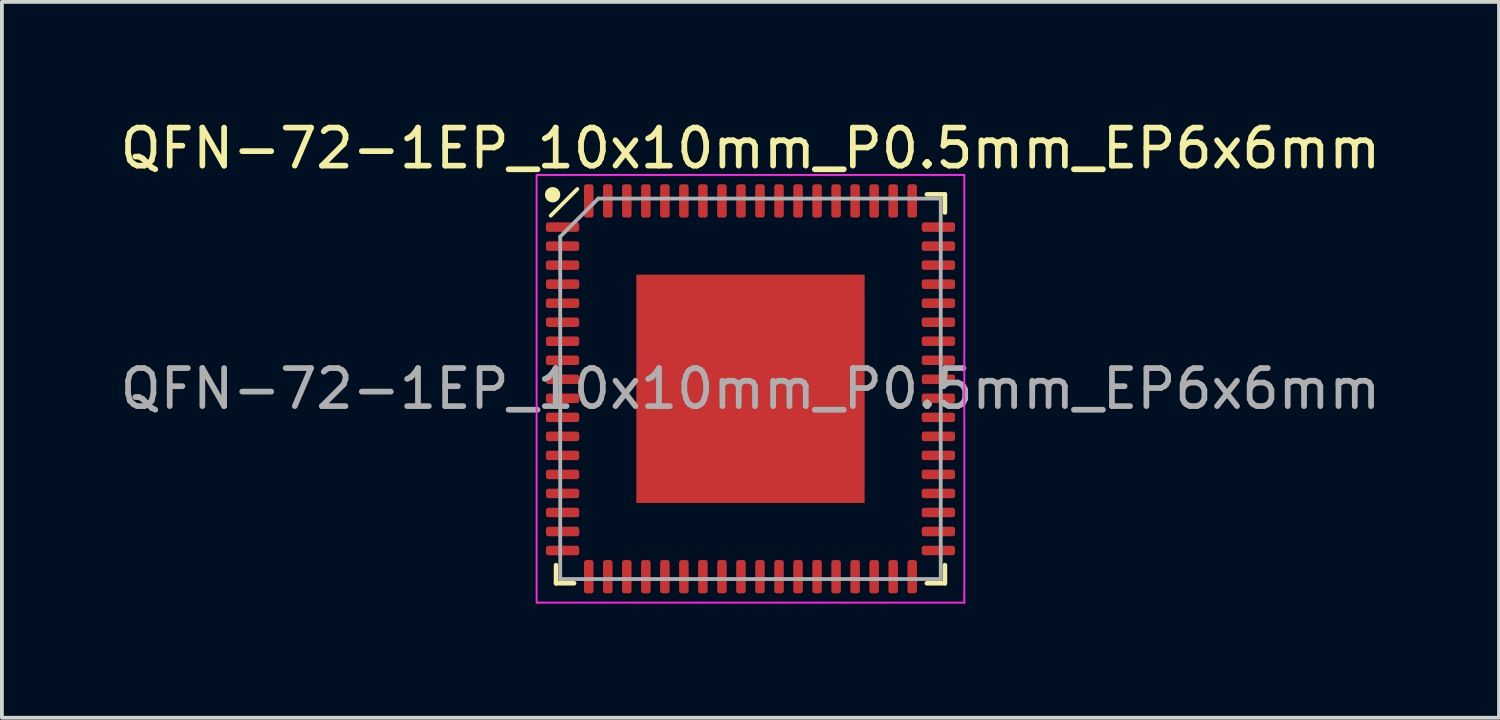
<source format=kicad_pcb>
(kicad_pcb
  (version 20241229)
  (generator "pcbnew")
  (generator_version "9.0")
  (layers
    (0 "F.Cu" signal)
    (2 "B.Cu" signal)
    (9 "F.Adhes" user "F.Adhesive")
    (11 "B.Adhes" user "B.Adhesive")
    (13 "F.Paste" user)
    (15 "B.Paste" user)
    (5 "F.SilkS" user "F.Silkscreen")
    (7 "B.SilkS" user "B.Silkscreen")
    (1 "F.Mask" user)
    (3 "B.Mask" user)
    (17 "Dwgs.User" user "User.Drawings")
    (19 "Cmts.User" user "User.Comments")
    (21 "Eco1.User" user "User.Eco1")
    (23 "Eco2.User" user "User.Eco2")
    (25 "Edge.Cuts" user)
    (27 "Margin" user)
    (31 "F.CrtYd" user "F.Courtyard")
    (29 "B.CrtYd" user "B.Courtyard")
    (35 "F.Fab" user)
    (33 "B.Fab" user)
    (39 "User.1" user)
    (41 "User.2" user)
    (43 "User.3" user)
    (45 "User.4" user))
  (footprint "QFN-72-1EP_10x10mm_P0.5mm_EP6x6mm"
    (layer "F.Cu")
    (at 16.673 7.168)
    (property "Reference" "QFN-72-1EP_10x10mm_P0.5mm_EP6x6mm" (at 0 -6.32 0) (layer "F.SilkS") (effects (font (size 1 1) (thickness 0.15))))
    (attr smd)
    (fp_line (start -5.25 -4.55) (end -4.55 -5.25) (stroke (width 0.1) (type solid)) (layer "F.SilkS"))
    (fp_line (start -5.11 5.11) (end -5.11 4.635) (stroke (width 0.12) (type solid)) (layer "F.SilkS"))
    (fp_line (start -4.635 5.11) (end -5.11 5.11) (stroke (width 0.12) (type solid)) (layer "F.SilkS"))
    (fp_line (start 4.635 -5.11) (end 5.11 -5.11) (stroke (width 0.12) (type solid)) (layer "F.SilkS"))
    (fp_line (start 4.635 5.11) (end 5.11 5.11) (stroke (width 0.12) (type solid)) (layer "F.SilkS"))
    (fp_line (start 5.11 -5.11) (end 5.11 -4.635) (stroke (width 0.12) (type solid)) (layer "F.SilkS"))
    (fp_line (start 5.11 5.11) (end 5.11 4.635) (stroke (width 0.12) (type solid)) (layer "F.SilkS"))
    (fp_circle (center -5.2 -5.1) (end -5.059 -5.1) (stroke (width 0.12) (type solid)) (fill yes) (layer "F.SilkS"))
    (fp_line (start -5.62 -5.62) (end -5.62 5.62) (stroke (width 0.05) (type solid)) (layer "F.CrtYd"))
    (fp_line (start -5.62 5.62) (end 5.62 5.62) (stroke (width 0.05) (type solid)) (layer "F.CrtYd"))
    (fp_line (start 5.62 -5.62) (end -5.62 -5.62) (stroke (width 0.05) (type solid)) (layer "F.CrtYd"))
    (fp_line (start 5.62 5.62) (end 5.62 -5.62) (stroke (width 0.05) (type solid)) (layer "F.CrtYd"))
    (fp_line (start -5 -4) (end -4 -5) (stroke (width 0.1) (type solid)) (layer "F.Fab"))
    (fp_line (start -5 5) (end -5 -4) (stroke (width 0.1) (type solid)) (layer "F.Fab"))
    (fp_line (start -4 -5) (end 5 -5) (stroke (width 0.1) (type solid)) (layer "F.Fab"))
    (fp_line (start 5 -5) (end 5 5) (stroke (width 0.1) (type solid)) (layer "F.Fab"))
    (fp_line (start 5 5) (end -5 5) (stroke (width 0.1) (type solid)) (layer "F.Fab"))
    (fp_text user "${REFERENCE}" (at 0 0 0) (layer "F.Fab") (effects (font (size 1 1) (thickness 0.15))))
    (pad "" smd roundrect (at -2 -2) (size 1.61 1.61) (layers "F.Paste") (roundrect_rratio 0.155))
    (pad "" smd roundrect (at -2 0) (size 1.61 1.61) (layers "F.Paste") (roundrect_rratio 0.155))
    (pad "" smd roundrect (at -2 2) (size 1.61 1.61) (layers "F.Paste") (roundrect_rratio 0.155))
    (pad "" smd roundrect (at 0 -2) (size 1.61 1.61) (layers "F.Paste") (roundrect_rratio 0.155))
    (pad "" smd roundrect (at 0 0) (size 1.61 1.61) (layers "F.Paste") (roundrect_rratio 0.155))
    (pad "" smd roundrect (at 0 2) (size 1.61 1.61) (layers "F.Paste") (roundrect_rratio 0.155))
    (pad "" smd roundrect (at 2 -2) (size 1.61 1.61) (layers "F.Paste") (roundrect_rratio 0.155))
    (pad "" smd roundrect (at 2 0) (size 1.61 1.61) (layers "F.Paste") (roundrect_rratio 0.155))
    (pad "" smd roundrect (at 2 2) (size 1.61 1.61) (layers "F.Paste") (roundrect_rratio 0.155))
    (pad "0" smd rect (at 0 0) (size 6 6) (layers "F.Cu" "F.Mask"))
    (pad "1" smd roundrect (at -4.938 -4.25) (size 0.875 0.25) (layers "F.Cu" "F.Mask" "F.Paste") (roundrect_rratio 0.25))
    (pad "2" smd roundrect (at -4.938 -3.75) (size 0.875 0.25) (layers "F.Cu" "F.Mask" "F.Paste") (roundrect_rratio 0.25))
    (pad "3" smd roundrect (at -4.938 -3.25) (size 0.875 0.25) (layers "F.Cu" "F.Mask" "F.Paste") (roundrect_rratio 0.25))
    (pad "4" smd roundrect (at -4.938 -2.75) (size 0.875 0.25) (layers "F.Cu" "F.Mask" "F.Paste") (roundrect_rratio 0.25))
    (pad "5" smd roundrect (at -4.938 -2.25) (size 0.875 0.25) (layers "F.Cu" "F.Mask" "F.Paste") (roundrect_rratio 0.25))
    (pad "6" smd roundrect (at -4.938 -1.75) (size 0.875 0.25) (layers "F.Cu" "F.Mask" "F.Paste") (roundrect_rratio 0.25))
    (pad "7" smd roundrect (at -4.938 -1.25) (size 0.875 0.25) (layers "F.Cu" "F.Mask" "F.Paste") (roundrect_rratio 0.25))
    (pad "8" smd roundrect (at -4.938 -0.75) (size 0.875 0.25) (layers "F.Cu" "F.Mask" "F.Paste") (roundrect_rratio 0.25))
    (pad "9" smd roundrect (at -4.938 -0.25) (size 0.875 0.25) (layers "F.Cu" "F.Mask" "F.Paste") (roundrect_rratio 0.25))
    (pad "10" smd roundrect (at -4.938 0.25) (size 0.875 0.25) (layers "F.Cu" "F.Mask" "F.Paste") (roundrect_rratio 0.25))
    (pad "11" smd roundrect (at -4.938 0.75) (size 0.875 0.25) (layers "F.Cu" "F.Mask" "F.Paste") (roundrect_rratio 0.25))
    (pad "12" smd roundrect (at -4.938 1.25) (size 0.875 0.25) (layers "F.Cu" "F.Mask" "F.Paste") (roundrect_rratio 0.25))
    (pad "13" smd roundrect (at -4.938 1.75) (size 0.875 0.25) (layers "F.Cu" "F.Mask" "F.Paste") (roundrect_rratio 0.25))
    (pad "14" smd roundrect (at -4.938 2.25) (size 0.875 0.25) (layers "F.Cu" "F.Mask" "F.Paste") (roundrect_rratio 0.25))
    (pad "15" smd roundrect (at -4.938 2.75) (size 0.875 0.25) (layers "F.Cu" "F.Mask" "F.Paste") (roundrect_rratio 0.25))
    (pad "16" smd roundrect (at -4.938 3.25) (size 0.875 0.25) (layers "F.Cu" "F.Mask" "F.Paste") (roundrect_rratio 0.25))
    (pad "17" smd roundrect (at -4.938 3.75) (size 0.875 0.25) (layers "F.Cu" "F.Mask" "F.Paste") (roundrect_rratio 0.25))
    (pad "18" smd roundrect (at -4.938 4.25) (size 0.875 0.25) (layers "F.Cu" "F.Mask" "F.Paste") (roundrect_rratio 0.25))
    (pad "19" smd roundrect (at -4.25 4.938) (size 0.25 0.875) (layers "F.Cu" "F.Mask" "F.Paste") (roundrect_rratio 0.25))
    (pad "20" smd roundrect (at -3.75 4.938) (size 0.25 0.875) (layers "F.Cu" "F.Mask" "F.Paste") (roundrect_rratio 0.25))
    (pad "21" smd roundrect (at -3.25 4.938) (size 0.25 0.875) (layers "F.Cu" "F.Mask" "F.Paste") (roundrect_rratio 0.25))
    (pad "22" smd roundrect (at -2.75 4.938) (size 0.25 0.875) (layers "F.Cu" "F.Mask" "F.Paste") (roundrect_rratio 0.25))
    (pad "23" smd roundrect (at -2.25 4.938) (size 0.25 0.875) (layers "F.Cu" "F.Mask" "F.Paste") (roundrect_rratio 0.25))
    (pad "24" smd roundrect (at -1.75 4.938) (size 0.25 0.875) (layers "F.Cu" "F.Mask" "F.Paste") (roundrect_rratio 0.25))
    (pad "25" smd roundrect (at -1.25 4.938) (size 0.25 0.875) (layers "F.Cu" "F.Mask" "F.Paste") (roundrect_rratio 0.25))
    (pad "26" smd roundrect (at -0.75 4.938) (size 0.25 0.875) (layers "F.Cu" "F.Mask" "F.Paste") (roundrect_rratio 0.25))
    (pad "27" smd roundrect (at -0.25 4.938) (size 0.25 0.875) (layers "F.Cu" "F.Mask" "F.Paste") (roundrect_rratio 0.25))
    (pad "28" smd roundrect (at 0.25 4.938) (size 0.25 0.875) (layers "F.Cu" "F.Mask" "F.Paste") (roundrect_rratio 0.25))
    (pad "29" smd roundrect (at 0.75 4.938) (size 0.25 0.875) (layers "F.Cu" "F.Mask" "F.Paste") (roundrect_rratio 0.25))
    (pad "30" smd roundrect (at 1.25 4.938) (size 0.25 0.875) (layers "F.Cu" "F.Mask" "F.Paste") (roundrect_rratio 0.25))
    (pad "31" smd roundrect (at 1.75 4.938) (size 0.25 0.875) (layers "F.Cu" "F.Mask" "F.Paste") (roundrect_rratio 0.25))
    (pad "32" smd roundrect (at 2.25 4.938) (size 0.25 0.875) (layers "F.Cu" "F.Mask" "F.Paste") (roundrect_rratio 0.25))
    (pad "33" smd roundrect (at 2.75 4.938) (size 0.25 0.875) (layers "F.Cu" "F.Mask" "F.Paste") (roundrect_rratio 0.25))
    (pad "34" smd roundrect (at 3.25 4.938) (size 0.25 0.875) (layers "F.Cu" "F.Mask" "F.Paste") (roundrect_rratio 0.25))
    (pad "35" smd roundrect (at 3.75 4.938) (size 0.25 0.875) (layers "F.Cu" "F.Mask" "F.Paste") (roundrect_rratio 0.25))
    (pad "36" smd roundrect (at 4.25 4.938) (size 0.25 0.875) (layers "F.Cu" "F.Mask" "F.Paste") (roundrect_rratio 0.25))
    (pad "37" smd roundrect (at 4.938 4.25) (size 0.875 0.25) (layers "F.Cu" "F.Mask" "F.Paste") (roundrect_rratio 0.25))
    (pad "38" smd roundrect (at 4.938 3.75) (size 0.875 0.25) (layers "F.Cu" "F.Mask" "F.Paste") (roundrect_rratio 0.25))
    (pad "39" smd roundrect (at 4.938 3.25) (size 0.875 0.25) (layers "F.Cu" "F.Mask" "F.Paste") (roundrect_rratio 0.25))
    (pad "40" smd roundrect (at 4.938 2.75) (size 0.875 0.25) (layers "F.Cu" "F.Mask" "F.Paste") (roundrect_rratio 0.25))
    (pad "41" smd roundrect (at 4.938 2.25) (size 0.875 0.25) (layers "F.Cu" "F.Mask" "F.Paste") (roundrect_rratio 0.25))
    (pad "42" smd roundrect (at 4.938 1.75) (size 0.875 0.25) (layers "F.Cu" "F.Mask" "F.Paste") (roundrect_rratio 0.25))
    (pad "43" smd roundrect (at 4.938 1.25) (size 0.875 0.25) (layers "F.Cu" "F.Mask" "F.Paste") (roundrect_rratio 0.25))
    (pad "44" smd roundrect (at 4.938 0.75) (size 0.875 0.25) (layers "F.Cu" "F.Mask" "F.Paste") (roundrect_rratio 0.25))
    (pad "45" smd roundrect (at 4.938 0.25) (size 0.875 0.25) (layers "F.Cu" "F.Mask" "F.Paste") (roundrect_rratio 0.25))
    (pad "46" smd roundrect (at 4.938 -0.25) (size 0.875 0.25) (layers "F.Cu" "F.Mask" "F.Paste") (roundrect_rratio 0.25))
    (pad "47" smd roundrect (at 4.938 -0.75) (size 0.875 0.25) (layers "F.Cu" "F.Mask" "F.Paste") (roundrect_rratio 0.25))
    (pad "48" smd roundrect (at 4.938 -1.25) (size 0.875 0.25) (layers "F.Cu" "F.Mask" "F.Paste") (roundrect_rratio 0.25))
    (pad "49" smd roundrect (at 4.938 -1.75) (size 0.875 0.25) (layers "F.Cu" "F.Mask" "F.Paste") (roundrect_rratio 0.25))
    (pad "50" smd roundrect (at 4.938 -2.25) (size 0.875 0.25) (layers "F.Cu" "F.Mask" "F.Paste") (roundrect_rratio 0.25))
    (pad "51" smd roundrect (at 4.938 -2.75) (size 0.875 0.25) (layers "F.Cu" "F.Mask" "F.Paste") (roundrect_rratio 0.25))
    (pad "52" smd roundrect (at 4.938 -3.25) (size 0.875 0.25) (layers "F.Cu" "F.Mask" "F.Paste") (roundrect_rratio 0.25))
    (pad "53" smd roundrect (at 4.938 -3.75) (size 0.875 0.25) (layers "F.Cu" "F.Mask" "F.Paste") (roundrect_rratio 0.25))
    (pad "54" smd roundrect (at 4.938 -4.25) (size 0.875 0.25) (layers "F.Cu" "F.Mask" "F.Paste") (roundrect_rratio 0.25))
    (pad "55" smd roundrect (at 4.25 -4.938) (size 0.25 0.875) (layers "F.Cu" "F.Mask" "F.Paste") (roundrect_rratio 0.25))
    (pad "56" smd roundrect (at 3.75 -4.938) (size 0.25 0.875) (layers "F.Cu" "F.Mask" "F.Paste") (roundrect_rratio 0.25))
    (pad "57" smd roundrect (at 3.25 -4.938) (size 0.25 0.875) (layers "F.Cu" "F.Mask" "F.Paste") (roundrect_rratio 0.25))
    (pad "58" smd roundrect (at 2.75 -4.938) (size 0.25 0.875) (layers "F.Cu" "F.Mask" "F.Paste") (roundrect_rratio 0.25))
    (pad "59" smd roundrect (at 2.25 -4.938) (size 0.25 0.875) (layers "F.Cu" "F.Mask" "F.Paste") (roundrect_rratio 0.25))
    (pad "60" smd roundrect (at 1.75 -4.938) (size 0.25 0.875) (layers "F.Cu" "F.Mask" "F.Paste") (roundrect_rratio 0.25))
    (pad "61" smd roundrect (at 1.25 -4.938) (size 0.25 0.875) (layers "F.Cu" "F.Mask" "F.Paste") (roundrect_rratio 0.25))
    (pad "62" smd roundrect (at 0.75 -4.938) (size 0.25 0.875) (layers "F.Cu" "F.Mask" "F.Paste") (roundrect_rratio 0.25))
    (pad "63" smd roundrect (at 0.25 -4.938) (size 0.25 0.875) (layers "F.Cu" "F.Mask" "F.Paste") (roundrect_rratio 0.25))
    (pad "64" smd roundrect (at -0.25 -4.938) (size 0.25 0.875) (layers "F.Cu" "F.Mask" "F.Paste") (roundrect_rratio 0.25))
    (pad "65" smd roundrect (at -0.75 -4.938) (size 0.25 0.875) (layers "F.Cu" "F.Mask" "F.Paste") (roundrect_rratio 0.25))
    (pad "66" smd roundrect (at -1.25 -4.938) (size 0.25 0.875) (layers "F.Cu" "F.Mask" "F.Paste") (roundrect_rratio 0.25))
    (pad "67" smd roundrect (at -1.75 -4.938) (size 0.25 0.875) (layers "F.Cu" "F.Mask" "F.Paste") (roundrect_rratio 0.25))
    (pad "68" smd roundrect (at -2.25 -4.938) (size 0.25 0.875) (layers "F.Cu" "F.Mask" "F.Paste") (roundrect_rratio 0.25))
    (pad "69" smd roundrect (at -2.75 -4.938) (size 0.25 0.875) (layers "F.Cu" "F.Mask" "F.Paste") (roundrect_rratio 0.25))
    (pad "70" smd roundrect (at -3.25 -4.938) (size 0.25 0.875) (layers "F.Cu" "F.Mask" "F.Paste") (roundrect_rratio 0.25))
    (pad "71" smd roundrect (at -3.75 -4.938) (size 0.25 0.875) (layers "F.Cu" "F.Mask" "F.Paste") (roundrect_rratio 0.25))
    (pad "72" smd roundrect (at -4.25 -4.938) (size 0.25 0.875) (layers "F.Cu" "F.Mask" "F.Paste") (roundrect_rratio 0.25)))
  (gr_rect
    (start -3 -3)
    (end 36.345 15.813)
    (stroke (width 0.1) (type default))
    (fill no)
    (layer "Edge.Cuts")))
</source>
